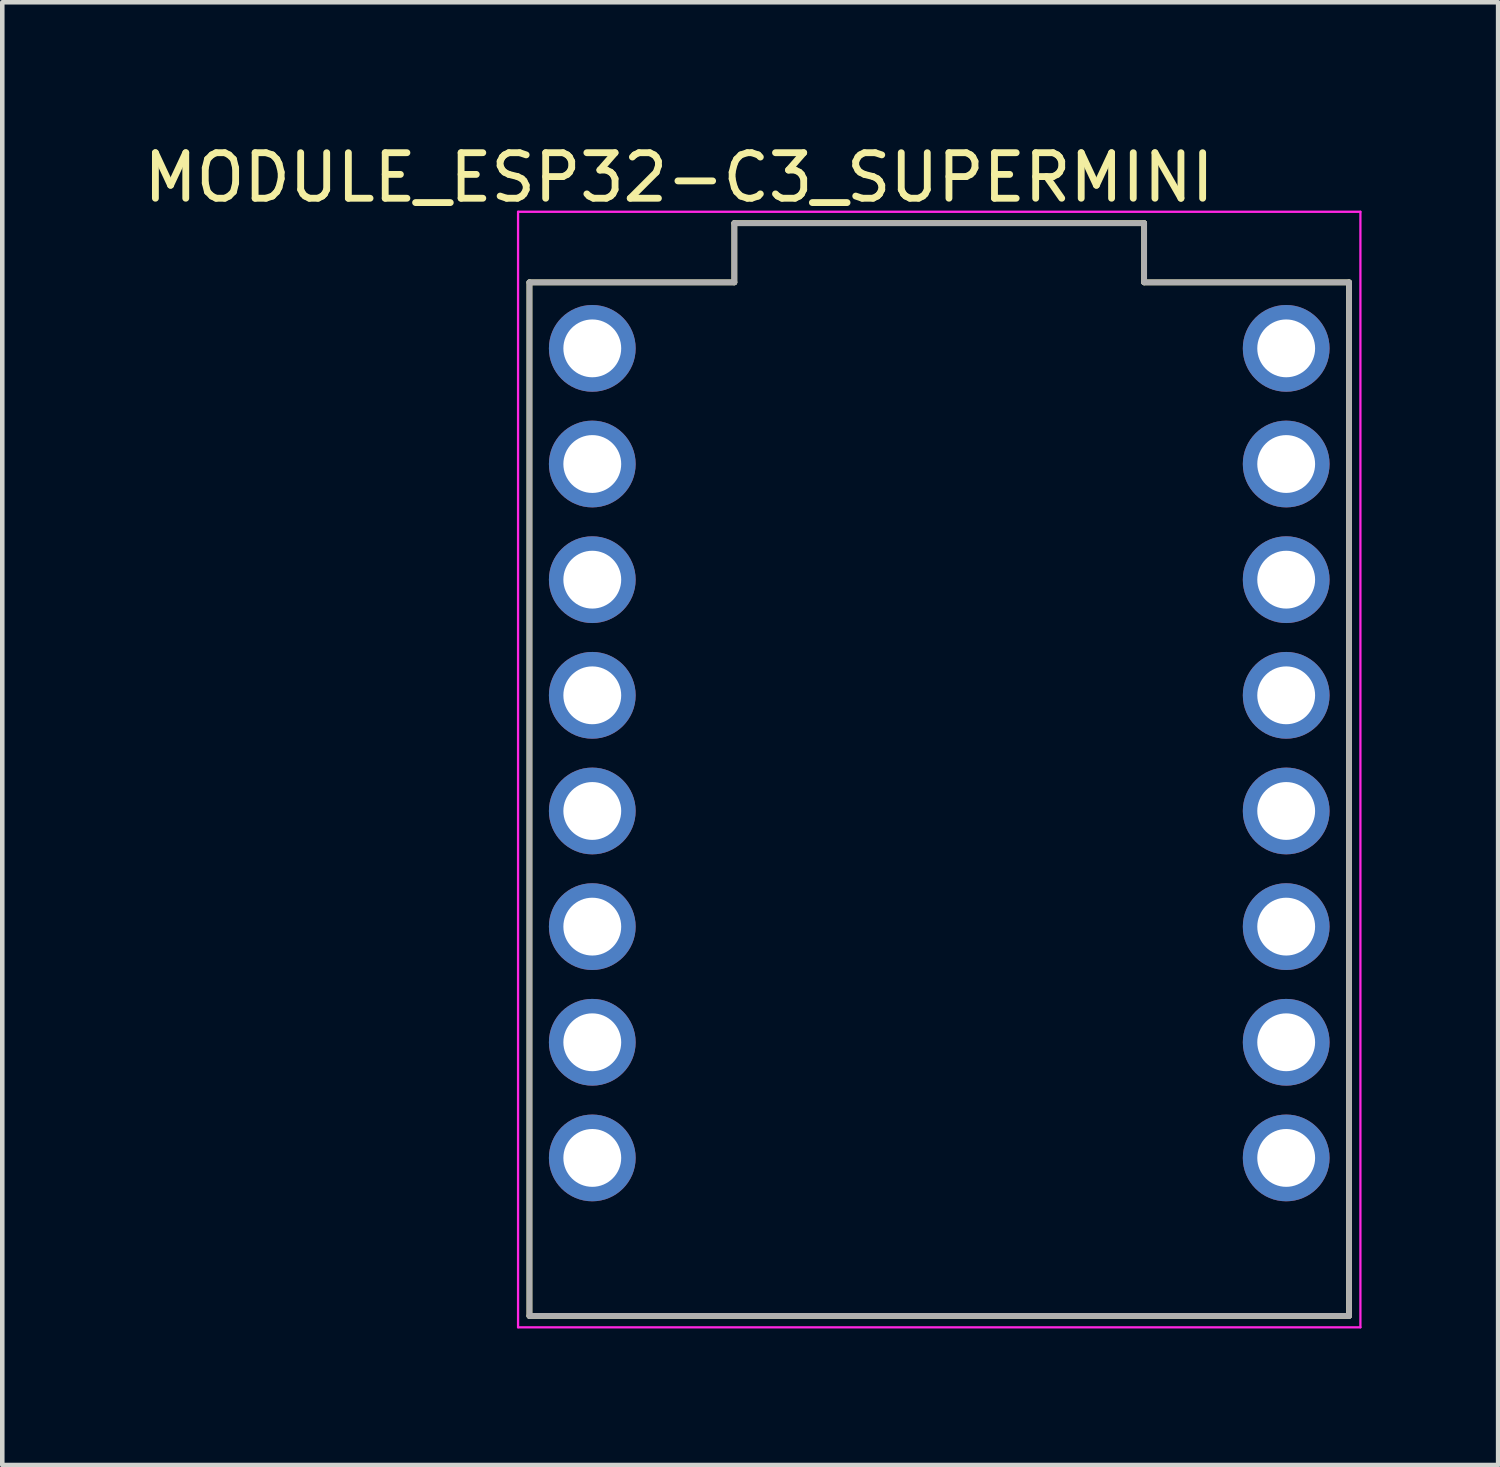
<source format=kicad_pcb>
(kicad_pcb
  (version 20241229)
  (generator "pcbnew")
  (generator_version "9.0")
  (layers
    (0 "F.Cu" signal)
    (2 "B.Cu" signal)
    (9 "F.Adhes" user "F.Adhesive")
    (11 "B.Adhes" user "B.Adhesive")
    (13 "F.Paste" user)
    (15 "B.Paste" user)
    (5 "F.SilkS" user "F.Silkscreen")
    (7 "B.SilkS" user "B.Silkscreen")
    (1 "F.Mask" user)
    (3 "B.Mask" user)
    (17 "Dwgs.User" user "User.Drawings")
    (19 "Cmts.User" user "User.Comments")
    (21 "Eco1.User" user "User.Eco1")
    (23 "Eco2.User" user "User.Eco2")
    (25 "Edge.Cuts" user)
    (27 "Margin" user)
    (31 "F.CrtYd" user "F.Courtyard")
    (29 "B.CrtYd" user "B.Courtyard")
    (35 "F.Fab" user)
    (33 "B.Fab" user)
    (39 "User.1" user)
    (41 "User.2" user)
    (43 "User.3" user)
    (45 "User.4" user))
  (footprint "MODULE_ESP32-C3_SUPERMINI"
    (layer "F.Cu")
    (at 17.578 14.501)
    (property "Reference" "MODULE_ESP32-C3_SUPERMINI" (at -5.715 -13.652 0) (layer "F.SilkS") (effects (font (size 1 1) (thickness 0.15))))
    (attr through_hole)
    (fp_line (start -9 11.35) (end -9 -11.35) (stroke (width 0.127) (type solid)) (layer "F.SilkS"))
    (fp_line (start -4.5 -12.65) (end -4.5 -11.35) (stroke (width 0.127) (type solid)) (layer "F.SilkS"))
    (fp_line (start -4.5 -11.35) (end -9 -11.35) (stroke (width 0.127) (type solid)) (layer "F.SilkS"))
    (fp_line (start 4.5 -12.65) (end -4.5 -12.65) (stroke (width 0.127) (type solid)) (layer "F.SilkS"))
    (fp_line (start 4.5 -12.65) (end 4.5 -11.35) (stroke (width 0.127) (type solid)) (layer "F.SilkS"))
    (fp_line (start 9 -11.35) (end 4.5 -11.35) (stroke (width 0.127) (type solid)) (layer "F.SilkS"))
    (fp_line (start 9 11.35) (end -9 11.35) (stroke (width 0.127) (type solid)) (layer "F.SilkS"))
    (fp_line (start 9 11.35) (end 9 -11.35) (stroke (width 0.127) (type solid)) (layer "F.SilkS"))
    (fp_line (start -9.25 -12.9) (end 9.25 -12.9) (stroke (width 0.05) (type solid)) (layer "F.CrtYd"))
    (fp_line (start -9.25 11.6) (end -9.25 -12.9) (stroke (width 0.05) (type solid)) (layer "F.CrtYd"))
    (fp_line (start 9.25 -12.9) (end 9.25 11.6) (stroke (width 0.05) (type solid)) (layer "F.CrtYd"))
    (fp_line (start 9.25 11.6) (end -9.25 11.6) (stroke (width 0.05) (type solid)) (layer "F.CrtYd"))
    (fp_line (start -9 11.35) (end -9 -11.35) (stroke (width 0.127) (type solid)) (layer "F.Fab"))
    (fp_line (start -4.5 -12.65) (end -4.5 -11.35) (stroke (width 0.127) (type solid)) (layer "F.Fab"))
    (fp_line (start -4.5 -11.35) (end -9 -11.35) (stroke (width 0.127) (type solid)) (layer "F.Fab"))
    (fp_line (start 4.5 -12.65) (end -4.5 -12.65) (stroke (width 0.127) (type solid)) (layer "F.Fab"))
    (fp_line (start 4.5 -12.65) (end 4.5 -11.35) (stroke (width 0.127) (type solid)) (layer "F.Fab"))
    (fp_line (start 9 -11.35) (end 4.5 -11.35) (stroke (width 0.127) (type solid)) (layer "F.Fab"))
    (fp_line (start 9 11.35) (end -9 11.35) (stroke (width 0.127) (type solid)) (layer "F.Fab"))
    (fp_line (start 9 11.35) (end 9 -11.35) (stroke (width 0.127) (type solid)) (layer "F.Fab"))
    (pad "0" thru_hole circle (at 7.62 7.88) (size 1.905 1.905) (drill 1.27) (layers "*.Cu" "*.Mask"))
    (pad "1" thru_hole circle (at 7.62 5.34) (size 1.905 1.905) (drill 1.27) (layers "*.Cu" "*.Mask"))
    (pad "2" thru_hole circle (at 7.62 2.8) (size 1.905 1.905) (drill 1.27) (layers "*.Cu" "*.Mask"))
    (pad "3" thru_hole circle (at 7.62 0.26) (size 1.905 1.905) (drill 1.27) (layers "*.Cu" "*.Mask"))
    (pad "3V3" thru_hole circle (at 7.62 -4.82) (size 1.905 1.905) (drill 1.27) (layers "*.Cu" "*.Mask"))
    (pad "4" thru_hole circle (at 7.62 -2.28) (size 1.905 1.905) (drill 1.27) (layers "*.Cu" "*.Mask"))
    (pad "5" thru_hole circle (at -7.62 -9.9) (size 1.905 1.905) (drill 1.27) (layers "*.Cu" "*.Mask"))
    (pad "5V" thru_hole circle (at 7.62 -9.9) (size 1.905 1.905) (drill 1.27) (layers "*.Cu" "*.Mask"))
    (pad "6" thru_hole circle (at -7.62 -7.36) (size 1.905 1.905) (drill 1.27) (layers "*.Cu" "*.Mask"))
    (pad "7" thru_hole circle (at -7.62 -4.82) (size 1.905 1.905) (drill 1.27) (layers "*.Cu" "*.Mask"))
    (pad "8" thru_hole circle (at -7.62 -2.28) (size 1.905 1.905) (drill 1.27) (layers "*.Cu" "*.Mask"))
    (pad "9" thru_hole circle (at -7.62 0.26) (size 1.905 1.905) (drill 1.27) (layers "*.Cu" "*.Mask"))
    (pad "10" thru_hole circle (at -7.62 2.8) (size 1.905 1.905) (drill 1.27) (layers "*.Cu" "*.Mask"))
    (pad "20" thru_hole circle (at -7.62 5.34) (size 1.905 1.905) (drill 1.27) (layers "*.Cu" "*.Mask"))
    (pad "21" thru_hole circle (at -7.62 7.88) (size 1.905 1.905) (drill 1.27) (layers "*.Cu" "*.Mask"))
    (pad "GND" thru_hole circle (at 7.62 -7.36) (size 1.905 1.905) (drill 1.27) (layers "*.Cu" "*.Mask")))
  (gr_rect
    (start -3 -3)
    (end 29.853 29.126)
    (stroke (width 0.1) (type default))
    (fill no)
    (layer "Edge.Cuts")))
</source>
